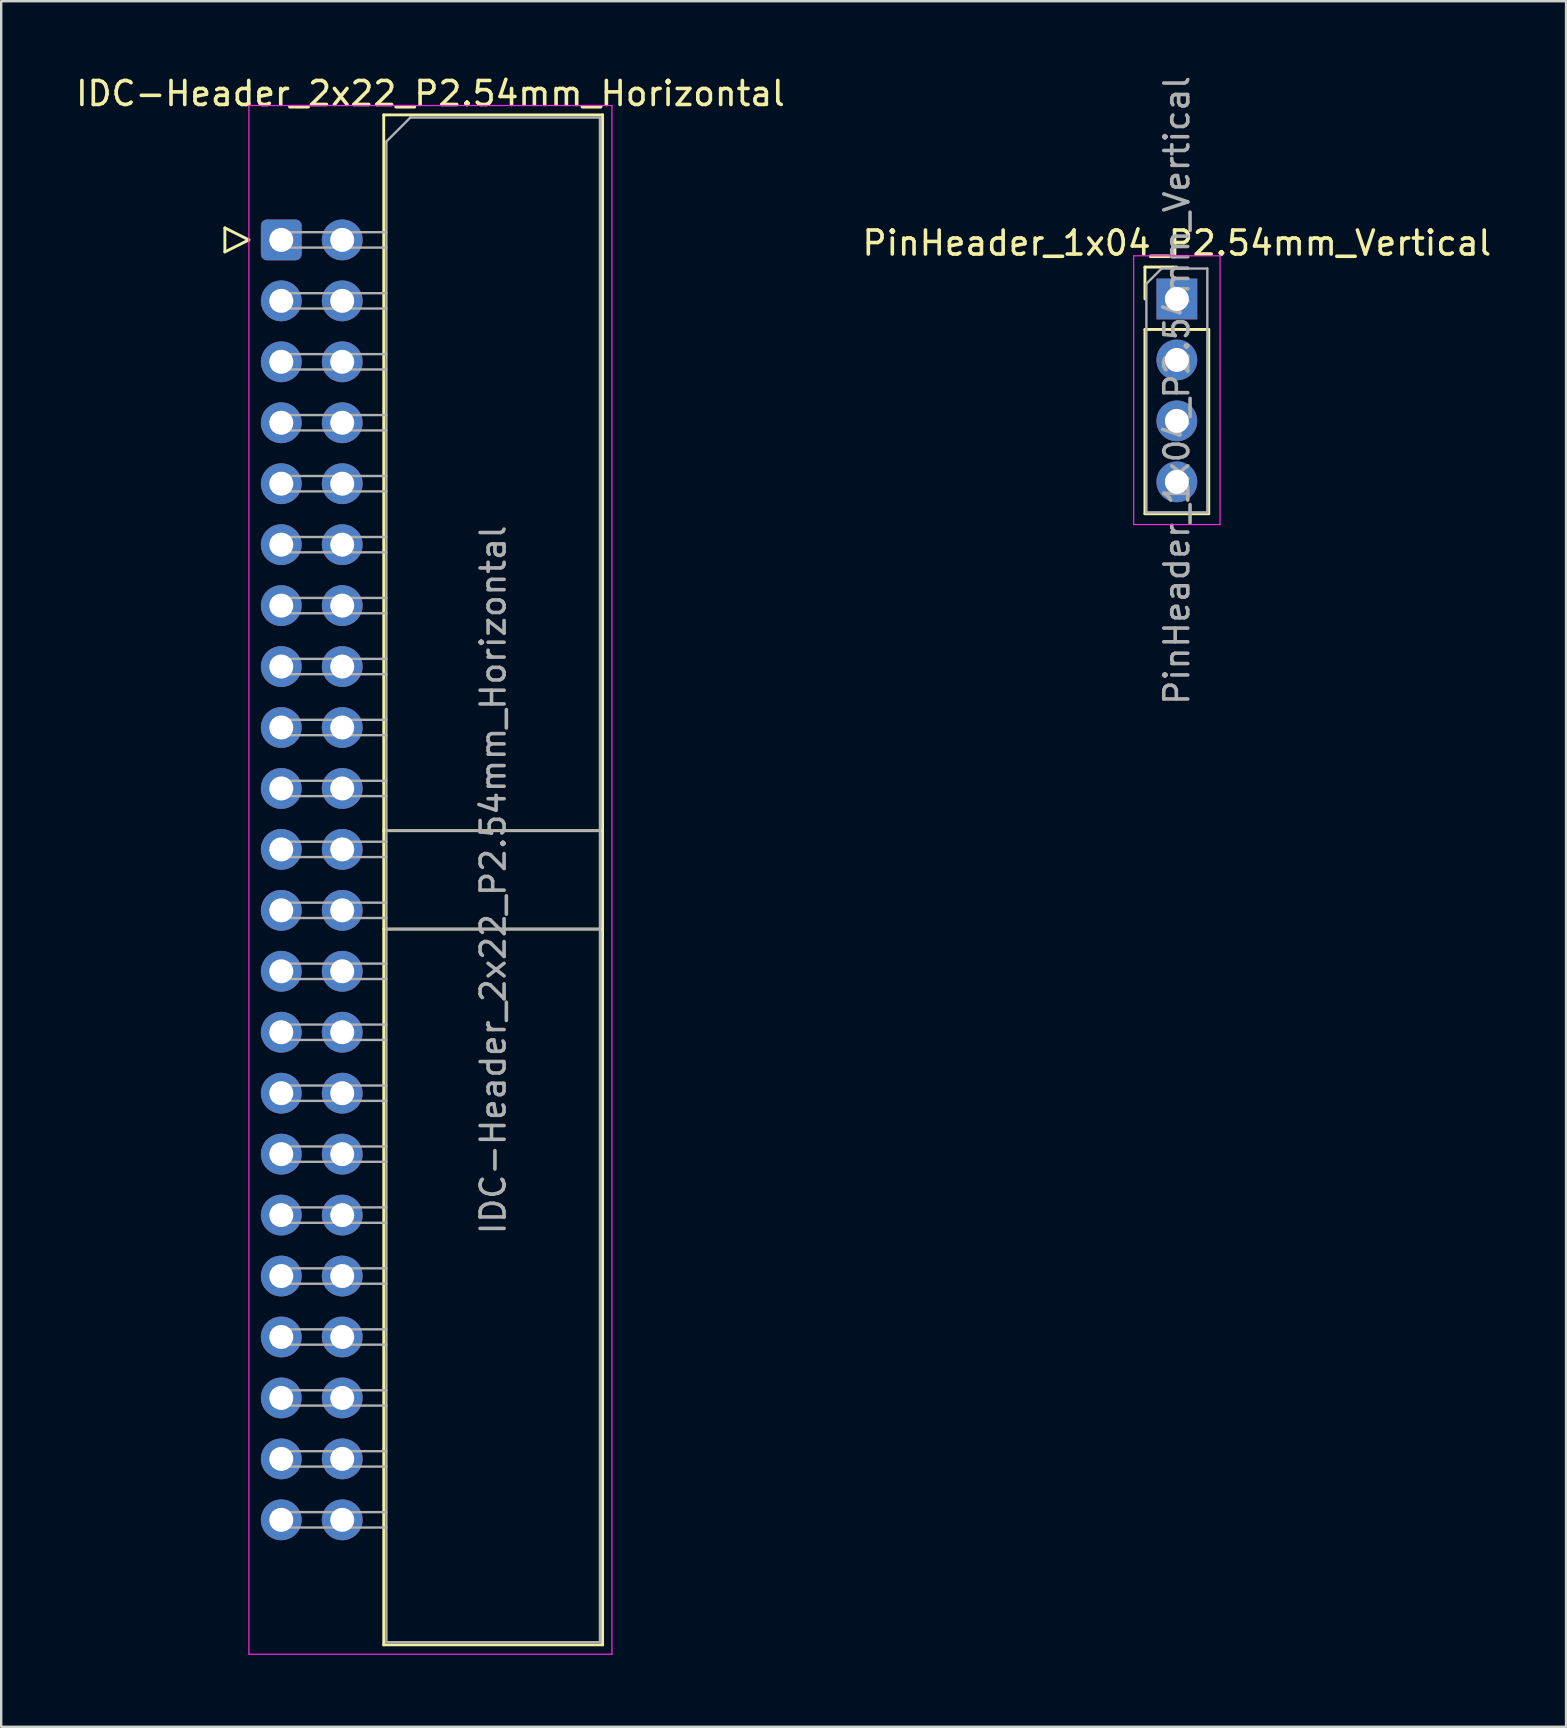
<source format=kicad_pcb>
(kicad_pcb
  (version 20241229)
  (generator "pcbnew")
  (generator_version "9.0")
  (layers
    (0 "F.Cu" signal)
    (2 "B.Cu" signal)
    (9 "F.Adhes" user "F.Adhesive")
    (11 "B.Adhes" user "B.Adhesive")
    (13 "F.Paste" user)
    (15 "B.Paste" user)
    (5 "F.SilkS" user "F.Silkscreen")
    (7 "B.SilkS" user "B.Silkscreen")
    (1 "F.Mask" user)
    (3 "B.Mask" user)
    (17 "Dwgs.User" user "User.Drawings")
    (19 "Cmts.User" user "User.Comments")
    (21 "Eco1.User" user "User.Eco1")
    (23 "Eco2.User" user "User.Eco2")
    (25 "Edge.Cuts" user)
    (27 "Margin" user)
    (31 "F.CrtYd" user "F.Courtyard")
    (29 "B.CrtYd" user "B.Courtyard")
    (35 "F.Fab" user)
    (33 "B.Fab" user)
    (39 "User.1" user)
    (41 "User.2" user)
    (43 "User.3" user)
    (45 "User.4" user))
  (footprint "PinHeader_1x04_P2.54mm_Vertical"
    (layer "F.Cu")
    (at 45.994 9.41)
    (property "Reference" "PinHeader_1x04_P2.54mm_Vertical" (at 0 -2.33 0) (layer "F.SilkS") (effects (font (size 1 1) (thickness 0.15))))
    (attr through_hole)
    (fp_line (start -1.33 -1.33) (end 0 -1.33) (stroke (width 0.12) (type solid)) (layer "F.SilkS"))
    (fp_line (start -1.33 0) (end -1.33 -1.33) (stroke (width 0.12) (type solid)) (layer "F.SilkS"))
    (fp_line (start -1.33 1.27) (end -1.33 8.95) (stroke (width 0.12) (type solid)) (layer "F.SilkS"))
    (fp_line (start -1.33 1.27) (end 1.33 1.27) (stroke (width 0.12) (type solid)) (layer "F.SilkS"))
    (fp_line (start -1.33 8.95) (end 1.33 8.95) (stroke (width 0.12) (type solid)) (layer "F.SilkS"))
    (fp_line (start 1.33 1.27) (end 1.33 8.95) (stroke (width 0.12) (type solid)) (layer "F.SilkS"))
    (fp_line (start -1.8 -1.8) (end -1.8 9.4) (stroke (width 0.05) (type solid)) (layer "F.CrtYd"))
    (fp_line (start -1.8 9.4) (end 1.8 9.4) (stroke (width 0.05) (type solid)) (layer "F.CrtYd"))
    (fp_line (start 1.8 -1.8) (end -1.8 -1.8) (stroke (width 0.05) (type solid)) (layer "F.CrtYd"))
    (fp_line (start 1.8 9.4) (end 1.8 -1.8) (stroke (width 0.05) (type solid)) (layer "F.CrtYd"))
    (fp_line (start -1.27 -0.635) (end -0.635 -1.27) (stroke (width 0.1) (type solid)) (layer "F.Fab"))
    (fp_line (start -1.27 8.89) (end -1.27 -0.635) (stroke (width 0.1) (type solid)) (layer "F.Fab"))
    (fp_line (start -0.635 -1.27) (end 1.27 -1.27) (stroke (width 0.1) (type solid)) (layer "F.Fab"))
    (fp_line (start 1.27 -1.27) (end 1.27 8.89) (stroke (width 0.1) (type solid)) (layer "F.Fab"))
    (fp_line (start 1.27 8.89) (end -1.27 8.89) (stroke (width 0.1) (type solid)) (layer "F.Fab"))
    (fp_text user "${REFERENCE}" (at 0 3.81 270) (layer "F.Fab") (effects (font (size 1 1) (thickness 0.15))))
    (pad "1" thru_hole rect (at 0 0) (size 1.7 1.7) (drill 1) (layers "*.Cu" "*.Mask"))
    (pad "2" thru_hole oval (at 0 2.54) (size 1.7 1.7) (drill 1) (layers "*.Cu" "*.Mask"))
    (pad "3" thru_hole oval (at 0 5.08) (size 1.7 1.7) (drill 1) (layers "*.Cu" "*.Mask"))
    (pad "4" thru_hole oval (at 0 7.62) (size 1.7 1.7) (drill 1) (layers "*.Cu" "*.Mask")))
  (footprint "IDC-Header_2x22_P2.54mm_Horizontal"
    (layer "F.Cu")
    (at 8.672 6.948)
    (property "Reference" "IDC-Header_2x22_P2.54mm_Horizontal" (at 6.215 -6.1 0) (layer "F.SilkS") (effects (font (size 1 1) (thickness 0.15))))
    (attr through_hole)
    (fp_line (start -2.35 -0.5) (end -2.35 0.5) (stroke (width 0.12) (type solid)) (layer "F.SilkS"))
    (fp_line (start -2.35 0.5) (end -1.35 0) (stroke (width 0.12) (type solid)) (layer "F.SilkS"))
    (fp_line (start -1.35 0) (end -2.35 -0.5) (stroke (width 0.12) (type solid)) (layer "F.SilkS"))
    (fp_line (start 4.27 -5.21) (end 13.39 -5.21) (stroke (width 0.12) (type solid)) (layer "F.SilkS"))
    (fp_line (start 4.27 24.62) (end 13.39 24.62) (stroke (width 0.12) (type solid)) (layer "F.SilkS"))
    (fp_line (start 4.27 28.72) (end 13.39 28.72) (stroke (width 0.12) (type solid)) (layer "F.SilkS"))
    (fp_line (start 4.27 58.55) (end 4.27 -5.21) (stroke (width 0.12) (type solid)) (layer "F.SilkS"))
    (fp_line (start 13.39 -5.21) (end 13.39 58.55) (stroke (width 0.12) (type solid)) (layer "F.SilkS"))
    (fp_line (start 13.39 58.55) (end 4.27 58.55) (stroke (width 0.12) (type solid)) (layer "F.SilkS"))
    (fp_line (start -1.35 -5.6) (end -1.35 58.94) (stroke (width 0.05) (type solid)) (layer "F.CrtYd"))
    (fp_line (start -1.35 58.94) (end 13.78 58.94) (stroke (width 0.05) (type solid)) (layer "F.CrtYd"))
    (fp_line (start 13.78 -5.6) (end -1.35 -5.6) (stroke (width 0.05) (type solid)) (layer "F.CrtYd"))
    (fp_line (start 13.78 58.94) (end 13.78 -5.6) (stroke (width 0.05) (type solid)) (layer "F.CrtYd"))
    (fp_line (start -0.32 -0.32) (end -0.32 0.32) (stroke (width 0.1) (type solid)) (layer "F.Fab"))
    (fp_line (start -0.32 0.32) (end 4.38 0.32) (stroke (width 0.1) (type solid)) (layer "F.Fab"))
    (fp_line (start -0.32 2.22) (end -0.32 2.86) (stroke (width 0.1) (type solid)) (layer "F.Fab"))
    (fp_line (start -0.32 2.86) (end 4.38 2.86) (stroke (width 0.1) (type solid)) (layer "F.Fab"))
    (fp_line (start -0.32 4.76) (end -0.32 5.4) (stroke (width 0.1) (type solid)) (layer "F.Fab"))
    (fp_line (start -0.32 5.4) (end 4.38 5.4) (stroke (width 0.1) (type solid)) (layer "F.Fab"))
    (fp_line (start -0.32 7.3) (end -0.32 7.94) (stroke (width 0.1) (type solid)) (layer "F.Fab"))
    (fp_line (start -0.32 7.94) (end 4.38 7.94) (stroke (width 0.1) (type solid)) (layer "F.Fab"))
    (fp_line (start -0.32 9.84) (end -0.32 10.48) (stroke (width 0.1) (type solid)) (layer "F.Fab"))
    (fp_line (start -0.32 10.48) (end 4.38 10.48) (stroke (width 0.1) (type solid)) (layer "F.Fab"))
    (fp_line (start -0.32 12.38) (end -0.32 13.02) (stroke (width 0.1) (type solid)) (layer "F.Fab"))
    (fp_line (start -0.32 13.02) (end 4.38 13.02) (stroke (width 0.1) (type solid)) (layer "F.Fab"))
    (fp_line (start -0.32 14.92) (end -0.32 15.56) (stroke (width 0.1) (type solid)) (layer "F.Fab"))
    (fp_line (start -0.32 15.56) (end 4.38 15.56) (stroke (width 0.1) (type solid)) (layer "F.Fab"))
    (fp_line (start -0.32 17.46) (end -0.32 18.1) (stroke (width 0.1) (type solid)) (layer "F.Fab"))
    (fp_line (start -0.32 18.1) (end 4.38 18.1) (stroke (width 0.1) (type solid)) (layer "F.Fab"))
    (fp_line (start -0.32 20) (end -0.32 20.64) (stroke (width 0.1) (type solid)) (layer "F.Fab"))
    (fp_line (start -0.32 20.64) (end 4.38 20.64) (stroke (width 0.1) (type solid)) (layer "F.Fab"))
    (fp_line (start -0.32 22.54) (end -0.32 23.18) (stroke (width 0.1) (type solid)) (layer "F.Fab"))
    (fp_line (start -0.32 23.18) (end 4.38 23.18) (stroke (width 0.1) (type solid)) (layer "F.Fab"))
    (fp_line (start -0.32 25.08) (end -0.32 25.72) (stroke (width 0.1) (type solid)) (layer "F.Fab"))
    (fp_line (start -0.32 25.72) (end 4.38 25.72) (stroke (width 0.1) (type solid)) (layer "F.Fab"))
    (fp_line (start -0.32 27.62) (end -0.32 28.26) (stroke (width 0.1) (type solid)) (layer "F.Fab"))
    (fp_line (start -0.32 28.26) (end 4.38 28.26) (stroke (width 0.1) (type solid)) (layer "F.Fab"))
    (fp_line (start -0.32 30.16) (end -0.32 30.8) (stroke (width 0.1) (type solid)) (layer "F.Fab"))
    (fp_line (start -0.32 30.8) (end 4.38 30.8) (stroke (width 0.1) (type solid)) (layer "F.Fab"))
    (fp_line (start -0.32 32.7) (end -0.32 33.34) (stroke (width 0.1) (type solid)) (layer "F.Fab"))
    (fp_line (start -0.32 33.34) (end 4.38 33.34) (stroke (width 0.1) (type solid)) (layer "F.Fab"))
    (fp_line (start -0.32 35.24) (end -0.32 35.88) (stroke (width 0.1) (type solid)) (layer "F.Fab"))
    (fp_line (start -0.32 35.88) (end 4.38 35.88) (stroke (width 0.1) (type solid)) (layer "F.Fab"))
    (fp_line (start -0.32 37.78) (end -0.32 38.42) (stroke (width 0.1) (type solid)) (layer "F.Fab"))
    (fp_line (start -0.32 38.42) (end 4.38 38.42) (stroke (width 0.1) (type solid)) (layer "F.Fab"))
    (fp_line (start -0.32 40.32) (end -0.32 40.96) (stroke (width 0.1) (type solid)) (layer "F.Fab"))
    (fp_line (start -0.32 40.96) (end 4.38 40.96) (stroke (width 0.1) (type solid)) (layer "F.Fab"))
    (fp_line (start -0.32 42.86) (end -0.32 43.5) (stroke (width 0.1) (type solid)) (layer "F.Fab"))
    (fp_line (start -0.32 43.5) (end 4.38 43.5) (stroke (width 0.1) (type solid)) (layer "F.Fab"))
    (fp_line (start -0.32 45.4) (end -0.32 46.04) (stroke (width 0.1) (type solid)) (layer "F.Fab"))
    (fp_line (start -0.32 46.04) (end 4.38 46.04) (stroke (width 0.1) (type solid)) (layer "F.Fab"))
    (fp_line (start -0.32 47.94) (end -0.32 48.58) (stroke (width 0.1) (type solid)) (layer "F.Fab"))
    (fp_line (start -0.32 48.58) (end 4.38 48.58) (stroke (width 0.1) (type solid)) (layer "F.Fab"))
    (fp_line (start -0.32 50.48) (end -0.32 51.12) (stroke (width 0.1) (type solid)) (layer "F.Fab"))
    (fp_line (start -0.32 51.12) (end 4.38 51.12) (stroke (width 0.1) (type solid)) (layer "F.Fab"))
    (fp_line (start -0.32 53.02) (end -0.32 53.66) (stroke (width 0.1) (type solid)) (layer "F.Fab"))
    (fp_line (start -0.32 53.66) (end 4.38 53.66) (stroke (width 0.1) (type solid)) (layer "F.Fab"))
    (fp_line (start 4.38 -4.1) (end 5.38 -5.1) (stroke (width 0.1) (type solid)) (layer "F.Fab"))
    (fp_line (start 4.38 -0.32) (end -0.32 -0.32) (stroke (width 0.1) (type solid)) (layer "F.Fab"))
    (fp_line (start 4.38 2.22) (end -0.32 2.22) (stroke (width 0.1) (type solid)) (layer "F.Fab"))
    (fp_line (start 4.38 4.76) (end -0.32 4.76) (stroke (width 0.1) (type solid)) (layer "F.Fab"))
    (fp_line (start 4.38 7.3) (end -0.32 7.3) (stroke (width 0.1) (type solid)) (layer "F.Fab"))
    (fp_line (start 4.38 9.84) (end -0.32 9.84) (stroke (width 0.1) (type solid)) (layer "F.Fab"))
    (fp_line (start 4.38 12.38) (end -0.32 12.38) (stroke (width 0.1) (type solid)) (layer "F.Fab"))
    (fp_line (start 4.38 14.92) (end -0.32 14.92) (stroke (width 0.1) (type solid)) (layer "F.Fab"))
    (fp_line (start 4.38 17.46) (end -0.32 17.46) (stroke (width 0.1) (type solid)) (layer "F.Fab"))
    (fp_line (start 4.38 20) (end -0.32 20) (stroke (width 0.1) (type solid)) (layer "F.Fab"))
    (fp_line (start 4.38 22.54) (end -0.32 22.54) (stroke (width 0.1) (type solid)) (layer "F.Fab"))
    (fp_line (start 4.38 24.62) (end 13.28 24.62) (stroke (width 0.1) (type solid)) (layer "F.Fab"))
    (fp_line (start 4.38 25.08) (end -0.32 25.08) (stroke (width 0.1) (type solid)) (layer "F.Fab"))
    (fp_line (start 4.38 27.62) (end -0.32 27.62) (stroke (width 0.1) (type solid)) (layer "F.Fab"))
    (fp_line (start 4.38 28.72) (end 13.28 28.72) (stroke (width 0.1) (type solid)) (layer "F.Fab"))
    (fp_line (start 4.38 30.16) (end -0.32 30.16) (stroke (width 0.1) (type solid)) (layer "F.Fab"))
    (fp_line (start 4.38 32.7) (end -0.32 32.7) (stroke (width 0.1) (type solid)) (layer "F.Fab"))
    (fp_line (start 4.38 35.24) (end -0.32 35.24) (stroke (width 0.1) (type solid)) (layer "F.Fab"))
    (fp_line (start 4.38 37.78) (end -0.32 37.78) (stroke (width 0.1) (type solid)) (layer "F.Fab"))
    (fp_line (start 4.38 40.32) (end -0.32 40.32) (stroke (width 0.1) (type solid)) (layer "F.Fab"))
    (fp_line (start 4.38 42.86) (end -0.32 42.86) (stroke (width 0.1) (type solid)) (layer "F.Fab"))
    (fp_line (start 4.38 45.4) (end -0.32 45.4) (stroke (width 0.1) (type solid)) (layer "F.Fab"))
    (fp_line (start 4.38 47.94) (end -0.32 47.94) (stroke (width 0.1) (type solid)) (layer "F.Fab"))
    (fp_line (start 4.38 50.48) (end -0.32 50.48) (stroke (width 0.1) (type solid)) (layer "F.Fab"))
    (fp_line (start 4.38 53.02) (end -0.32 53.02) (stroke (width 0.1) (type solid)) (layer "F.Fab"))
    (fp_line (start 4.38 58.44) (end 4.38 -4.1) (stroke (width 0.1) (type solid)) (layer "F.Fab"))
    (fp_line (start 5.38 -5.1) (end 13.28 -5.1) (stroke (width 0.1) (type solid)) (layer "F.Fab"))
    (fp_line (start 13.28 -5.1) (end 13.28 58.44) (stroke (width 0.1) (type solid)) (layer "F.Fab"))
    (fp_line (start 13.28 58.44) (end 4.38 58.44) (stroke (width 0.1) (type solid)) (layer "F.Fab"))
    (fp_text user "${REFERENCE}" (at 8.83 26.67 90) (layer "F.Fab") (effects (font (size 1 1) (thickness 0.15))))
    (pad "1" thru_hole roundrect (at 0 0) (size 1.7 1.7) (drill 1) (layers "*.Cu" "*.Mask") (roundrect_rratio 0.147))
    (pad "2" thru_hole circle (at 0 2.54) (size 1.7 1.7) (drill 1) (layers "*.Cu" "*.Mask"))
    (pad "3" thru_hole circle (at 0 5.08) (size 1.7 1.7) (drill 1) (layers "*.Cu" "*.Mask"))
    (pad "4" thru_hole circle (at 0 7.62) (size 1.7 1.7) (drill 1) (layers "*.Cu" "*.Mask"))
    (pad "5" thru_hole circle (at 0 10.16) (size 1.7 1.7) (drill 1) (layers "*.Cu" "*.Mask"))
    (pad "6" thru_hole circle (at 0 12.7) (size 1.7 1.7) (drill 1) (layers "*.Cu" "*.Mask"))
    (pad "7" thru_hole circle (at 0 15.24) (size 1.7 1.7) (drill 1) (layers "*.Cu" "*.Mask"))
    (pad "8" thru_hole circle (at 0 17.78) (size 1.7 1.7) (drill 1) (layers "*.Cu" "*.Mask"))
    (pad "9" thru_hole circle (at 0 20.32) (size 1.7 1.7) (drill 1) (layers "*.Cu" "*.Mask"))
    (pad "10" thru_hole circle (at 0 22.86) (size 1.7 1.7) (drill 1) (layers "*.Cu" "*.Mask"))
    (pad "11" thru_hole circle (at 0 25.4) (size 1.7 1.7) (drill 1) (layers "*.Cu" "*.Mask"))
    (pad "12" thru_hole circle (at 0 27.94) (size 1.7 1.7) (drill 1) (layers "*.Cu" "*.Mask"))
    (pad "13" thru_hole circle (at 0 30.48) (size 1.7 1.7) (drill 1) (layers "*.Cu" "*.Mask"))
    (pad "14" thru_hole circle (at 0 33.02) (size 1.7 1.7) (drill 1) (layers "*.Cu" "*.Mask"))
    (pad "15" thru_hole circle (at 0 35.56) (size 1.7 1.7) (drill 1) (layers "*.Cu" "*.Mask"))
    (pad "16" thru_hole circle (at 0 38.1) (size 1.7 1.7) (drill 1) (layers "*.Cu" "*.Mask"))
    (pad "17" thru_hole circle (at 0 40.64) (size 1.7 1.7) (drill 1) (layers "*.Cu" "*.Mask"))
    (pad "18" thru_hole circle (at 0 43.18) (size 1.7 1.7) (drill 1) (layers "*.Cu" "*.Mask"))
    (pad "19" thru_hole circle (at 0 45.72) (size 1.7 1.7) (drill 1) (layers "*.Cu" "*.Mask"))
    (pad "20" thru_hole circle (at 0 48.26) (size 1.7 1.7) (drill 1) (layers "*.Cu" "*.Mask"))
    (pad "21" thru_hole circle (at 0 50.8) (size 1.7 1.7) (drill 1) (layers "*.Cu" "*.Mask"))
    (pad "22" thru_hole circle (at 0 53.34) (size 1.7 1.7) (drill 1) (layers "*.Cu" "*.Mask"))
    (pad "A" thru_hole circle (at 2.54 0) (size 1.7 1.7) (drill 1) (layers "*.Cu" "*.Mask"))
    (pad "B" thru_hole circle (at 2.54 2.54) (size 1.7 1.7) (drill 1) (layers "*.Cu" "*.Mask"))
    (pad "C" thru_hole circle (at 2.54 5.08) (size 1.7 1.7) (drill 1) (layers "*.Cu" "*.Mask"))
    (pad "D" thru_hole circle (at 2.54 7.62) (size 1.7 1.7) (drill 1) (layers "*.Cu" "*.Mask"))
    (pad "E" thru_hole circle (at 2.54 10.16) (size 1.7 1.7) (drill 1) (layers "*.Cu" "*.Mask"))
    (pad "F" thru_hole circle (at 2.54 12.7) (size 1.7 1.7) (drill 1) (layers "*.Cu" "*.Mask"))
    (pad "H" thru_hole circle (at 2.54 15.24) (size 1.7 1.7) (drill 1) (layers "*.Cu" "*.Mask"))
    (pad "J" thru_hole circle (at 2.54 17.78) (size 1.7 1.7) (drill 1) (layers "*.Cu" "*.Mask"))
    (pad "K" thru_hole circle (at 2.54 20.32) (size 1.7 1.7) (drill 1) (layers "*.Cu" "*.Mask"))
    (pad "L" thru_hole circle (at 2.54 22.86) (size 1.7 1.7) (drill 1) (layers "*.Cu" "*.Mask"))
    (pad "M" thru_hole circle (at 2.54 25.4) (size 1.7 1.7) (drill 1) (layers "*.Cu" "*.Mask"))
    (pad "N" thru_hole circle (at 2.54 27.94) (size 1.7 1.7) (drill 1) (layers "*.Cu" "*.Mask"))
    (pad "P" thru_hole circle (at 2.54 30.48) (size 1.7 1.7) (drill 1) (layers "*.Cu" "*.Mask"))
    (pad "R" thru_hole circle (at 2.54 33.02) (size 1.7 1.7) (drill 1) (layers "*.Cu" "*.Mask"))
    (pad "S" thru_hole circle (at 2.54 35.56) (size 1.7 1.7) (drill 1) (layers "*.Cu" "*.Mask"))
    (pad "T" thru_hole circle (at 2.54 38.1) (size 1.7 1.7) (drill 1) (layers "*.Cu" "*.Mask"))
    (pad "U" thru_hole circle (at 2.54 40.64) (size 1.7 1.7) (drill 1) (layers "*.Cu" "*.Mask"))
    (pad "V" thru_hole circle (at 2.54 43.18) (size 1.7 1.7) (drill 1) (layers "*.Cu" "*.Mask"))
    (pad "W" thru_hole circle (at 2.54 45.72) (size 1.7 1.7) (drill 1) (layers "*.Cu" "*.Mask"))
    (pad "X" thru_hole circle (at 2.54 48.26) (size 1.7 1.7) (drill 1) (layers "*.Cu" "*.Mask"))
    (pad "Y" thru_hole circle (at 2.54 50.8) (size 1.7 1.7) (drill 1) (layers "*.Cu" "*.Mask"))
    (pad "Z" thru_hole circle (at 2.54 53.34) (size 1.7 1.7) (drill 1) (layers "*.Cu" "*.Mask")))
  (gr_rect
    (start -3 -3)
    (end 62.214 68.913)
    (stroke (width 0.1) (type default))
    (fill no)
    (layer "Edge.Cuts")))
</source>
